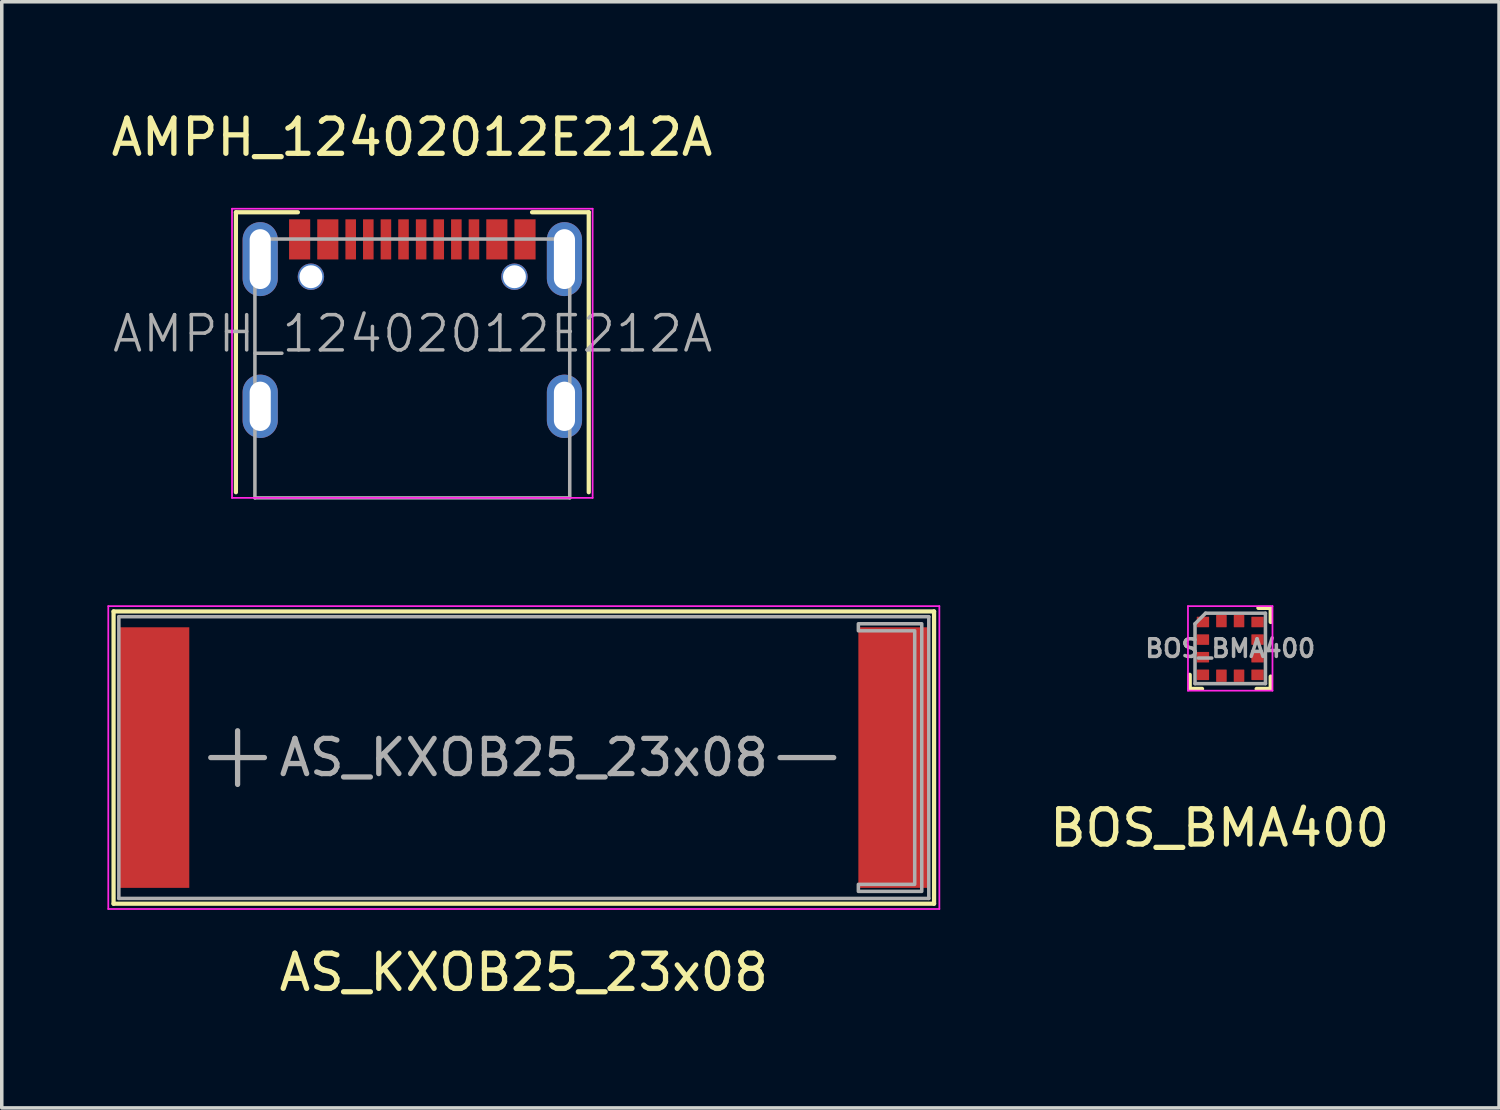
<source format=kicad_pcb>
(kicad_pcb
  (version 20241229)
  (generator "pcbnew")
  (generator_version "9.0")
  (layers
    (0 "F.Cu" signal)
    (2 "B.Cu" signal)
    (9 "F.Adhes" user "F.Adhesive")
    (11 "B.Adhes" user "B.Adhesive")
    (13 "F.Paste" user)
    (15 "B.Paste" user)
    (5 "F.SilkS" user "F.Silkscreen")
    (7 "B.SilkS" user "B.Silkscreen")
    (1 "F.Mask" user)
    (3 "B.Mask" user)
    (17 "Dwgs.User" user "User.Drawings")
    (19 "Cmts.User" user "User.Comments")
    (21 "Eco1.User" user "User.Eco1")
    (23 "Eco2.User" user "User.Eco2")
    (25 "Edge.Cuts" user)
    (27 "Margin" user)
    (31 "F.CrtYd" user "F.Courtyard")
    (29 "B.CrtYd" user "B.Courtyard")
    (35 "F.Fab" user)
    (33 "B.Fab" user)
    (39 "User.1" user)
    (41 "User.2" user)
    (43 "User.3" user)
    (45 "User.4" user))
  (footprint "BOS_BMA400"
    (layer "F.Cu")
    (at 31.885 15.363)
    (property "Reference" "BOS_BMA400" (at -0.3 5.1 0) (unlocked yes) (layer "F.SilkS") (effects (font (size 1 1) (thickness 0.15))))
    (attr smd)
    (fp_line (start -1.15 0.75) (end -1.15 1.15) (stroke (width 0.12) (type solid)) (layer "F.SilkS"))
    (fp_line (start -1.15 1.15) (end -0.8 1.15) (stroke (width 0.12) (type solid)) (layer "F.SilkS"))
    (fp_line (start 0.75 1.15) (end 1.15 1.15) (stroke (width 0.12) (type solid)) (layer "F.SilkS"))
    (fp_line (start 1.15 -1.15) (end 0.8 -1.15) (stroke (width 0.12) (type solid)) (layer "F.SilkS"))
    (fp_line (start 1.15 -0.75) (end 1.15 -1.15) (stroke (width 0.12) (type solid)) (layer "F.SilkS"))
    (fp_line (start 1.15 1.15) (end 1.15 0.8) (stroke (width 0.12) (type solid)) (layer "F.SilkS"))
    (fp_rect (start -0.85 -0.2) (end -0.7 -0.3) (stroke (width 0.12) (type solid)) (fill no) (layer "F.Paste"))
    (fp_rect (start -0.85 0.3) (end -0.7 0.2) (stroke (width 0.12) (type solid)) (fill no) (layer "F.Paste"))
    (fp_rect (start -0.85 0.8) (end -0.7 0.7) (stroke (width 0.12) (type solid)) (fill no) (layer "F.Paste"))
    (fp_rect (start -0.7 -0.8) (end -0.85 -0.7) (stroke (width 0.12) (type solid)) (fill no) (layer "F.Paste"))
    (fp_rect (start -0.3 -0.85) (end -0.2 -0.7) (stroke (width 0.12) (type solid)) (fill no) (layer "F.Paste"))
    (fp_rect (start -0.3 0.7) (end -0.2 0.85) (stroke (width 0.12) (type solid)) (fill no) (layer "F.Paste"))
    (fp_rect (start 0.2 -0.85) (end 0.3 -0.7) (stroke (width 0.12) (type solid)) (fill no) (layer "F.Paste"))
    (fp_rect (start 0.2 0.7) (end 0.3 0.85) (stroke (width 0.12) (type solid)) (fill no) (layer "F.Paste"))
    (fp_rect (start 0.7 -0.7) (end 0.85 -0.8) (stroke (width 0.12) (type solid)) (fill no) (layer "F.Paste"))
    (fp_rect (start 0.7 -0.2) (end 0.85 -0.3) (stroke (width 0.12) (type solid)) (fill no) (layer "F.Paste"))
    (fp_rect (start 0.7 0.3) (end 0.85 0.2) (stroke (width 0.12) (type solid)) (fill no) (layer "F.Paste"))
    (fp_rect (start 0.7 0.8) (end 0.85 0.7) (stroke (width 0.12) (type solid)) (fill no) (layer "F.Paste"))
    (fp_line (start -1.2 -1.2) (end 1.2 -1.2) (stroke (width 0.05) (type solid)) (layer "F.CrtYd"))
    (fp_line (start -1.2 1.2) (end -1.2 -1.2) (stroke (width 0.05) (type solid)) (layer "F.CrtYd"))
    (fp_line (start 1.2 -1.2) (end 1.2 1.2) (stroke (width 0.05) (type solid)) (layer "F.CrtYd"))
    (fp_line (start 1.2 1.2) (end -1.2 1.2) (stroke (width 0.05) (type solid)) (layer "F.CrtYd"))
    (fp_line (start -1 -0.7) (end -0.7 -1) (stroke (width 0.1) (type solid)) (layer "F.Fab"))
    (fp_line (start -1 1) (end -1 -0.7) (stroke (width 0.1) (type solid)) (layer "F.Fab"))
    (fp_line (start -0.7 -1) (end 1 -1) (stroke (width 0.1) (type solid)) (layer "F.Fab"))
    (fp_line (start 1 -1) (end 1 1) (stroke (width 0.1) (type solid)) (layer "F.Fab"))
    (fp_line (start 1 1) (end -1 1) (stroke (width 0.1) (type solid)) (layer "F.Fab"))
    (fp_text user "${REFERENCE}" (at 0 0 0) (unlocked yes) (layer "F.Fab") (effects (font (size 0.5 0.5) (thickness 0.1))))
    (pad "1" smd roundrect (at -0.775 -0.75 270) (size 0.3 0.35) (layers "F.Cu" "F.Mask") (roundrect_rratio 0.05))
    (pad "2" smd roundrect (at -0.775 -0.25 270) (size 0.3 0.35) (layers "F.Cu" "F.Mask") (roundrect_rratio 0.05))
    (pad "3" smd roundrect (at -0.775 0.25 270) (size 0.3 0.35) (layers "F.Cu" "F.Mask") (roundrect_rratio 0.05))
    (pad "4" smd roundrect (at -0.775 0.75 270) (size 0.3 0.35) (layers "F.Cu" "F.Mask") (roundrect_rratio 0.05))
    (pad "5" smd roundrect (at -0.25 0.775 180) (size 0.3 0.35) (layers "F.Cu" "F.Mask") (roundrect_rratio 0.05))
    (pad "6" smd roundrect (at 0.25 0.775 180) (size 0.3 0.35) (layers "F.Cu" "F.Mask") (roundrect_rratio 0.05))
    (pad "7" smd roundrect (at 0.775 0.75 270) (size 0.3 0.35) (layers "F.Cu" "F.Mask") (roundrect_rratio 0.05))
    (pad "8" smd roundrect (at 0.775 0.25 270) (size 0.3 0.35) (layers "F.Cu" "F.Mask") (roundrect_rratio 0.05))
    (pad "9" smd roundrect (at 0.775 -0.25 270) (size 0.3 0.35) (layers "F.Cu" "F.Mask") (roundrect_rratio 0.05))
    (pad "10" smd roundrect (at 0.775 -0.75 270) (size 0.3 0.35) (layers "F.Cu" "F.Mask") (roundrect_rratio 0.05))
    (pad "11" smd roundrect (at 0.25 -0.775 180) (size 0.3 0.35) (layers "F.Cu" "F.Mask") (roundrect_rratio 0.05))
    (pad "12" smd roundrect (at -0.25 -0.775 180) (size 0.3 0.35) (layers "F.Cu" "F.Mask") (roundrect_rratio 0.05)))
  (footprint "AS_KXOB25_23x08"
    (layer "F.Cu")
    (at 11.825 18.463)
    (property "Reference" "AS_KXOB25_23x08" (at 0 6.1 0) (unlocked yes) (layer "F.SilkS") (effects (font (size 1 1) (thickness 0.15))))
    (attr smd)
    (fp_line (start -11.65 -4.15) (end -11.65 4.15) (stroke (width 0.12) (type solid)) (layer "F.SilkS"))
    (fp_line (start -11.65 4.15) (end 11.65 4.15) (stroke (width 0.12) (type solid)) (layer "F.SilkS"))
    (fp_line (start 11.65 -4.15) (end -11.65 -4.15) (stroke (width 0.12) (type solid)) (layer "F.SilkS"))
    (fp_line (start 11.65 4.15) (end 11.65 -4.15) (stroke (width 0.12) (type solid)) (layer "F.SilkS"))
    (fp_poly (pts (xy -9.8 -0.6) (xy -11.2 -0.6) (xy -11.2 -3.1) (xy -9.8 -3.1)) (stroke (width 0.12) (type solid)) (fill yes) (layer "F.Paste"))
    (fp_poly (pts (xy -9.8 3.1) (xy -11.2 3.1) (xy -11.2 0.6) (xy -9.8 0.6)) (stroke (width 0.12) (type solid)) (fill yes) (layer "F.Paste"))
    (fp_poly (pts (xy 11.2 -0.6) (xy 9.8 -0.6) (xy 9.8 -3.1) (xy 11.2 -3.1)) (stroke (width 0.12) (type solid)) (fill yes) (layer "F.Paste"))
    (fp_poly (pts (xy 11.2 3.1) (xy 9.8 3.1) (xy 9.8 0.6) (xy 11.2 0.6)) (stroke (width 0.12) (type solid)) (fill yes) (layer "F.Paste"))
    (fp_line (start -11.8 -4.3) (end 11.8 -4.3) (stroke (width 0.05) (type solid)) (layer "F.CrtYd"))
    (fp_line (start -11.8 4.3) (end -11.8 -4.3) (stroke (width 0.05) (type solid)) (layer "F.CrtYd"))
    (fp_line (start 11.8 -4.3) (end 11.8 4.3) (stroke (width 0.05) (type solid)) (layer "F.CrtYd"))
    (fp_line (start 11.8 4.3) (end -11.8 4.3) (stroke (width 0.05) (type solid)) (layer "F.CrtYd"))
    (fp_line (start -11.5 -4) (end 11.5 -4) (stroke (width 0.1) (type solid)) (layer "F.Fab"))
    (fp_line (start -11.5 4) (end -11.5 -4) (stroke (width 0.1) (type solid)) (layer "F.Fab"))
    (fp_line (start -8.89 0) (end -7.366 0) (stroke (width 0.15) (type solid)) (layer "F.Fab"))
    (fp_line (start -8.128 -0.762) (end -8.128 0.762) (stroke (width 0.15) (type solid)) (layer "F.Fab"))
    (fp_line (start 7.276 0) (end 8.8 0) (stroke (width 0.15) (type solid)) (layer "F.Fab"))
    (fp_line (start 11.5 -4) (end 11.5 4) (stroke (width 0.1) (type solid)) (layer "F.Fab"))
    (fp_line (start 11.5 4) (end -11.5 4) (stroke (width 0.1) (type solid)) (layer "F.Fab"))
    (fp_poly (pts (xy 11.3 3.8) (xy 9.5 3.8) (xy 9.5 3.6) (xy 11.1 3.6) (xy 11.1 -3.6) (xy 9.5 -3.6) (xy 9.5 -3.8) (xy 11.3 -3.8)) (stroke (width 0.1) (type solid)) (fill no) (layer "F.Fab"))
    (fp_text user "${REFERENCE}" (at 0 0 0) (unlocked yes) (layer "F.Fab") (effects (font (size 1 1) (thickness 0.15))))
    (pad "1" smd rect (at -10.5 0 90) (size 7.4 2) (layers "F.Cu" "F.Mask"))
    (pad "2" smd rect (at 10.5 0 90) (size 7.4 2) (layers "F.Cu" "F.Mask")))
  (footprint "AMPH_12402012E212A"
    (layer "F.Cu")
    (at 8.659 7.178)
    (property "Reference" "AMPH_12402012E212A" (at -0.01 -6.33 0) (layer "F.SilkS") (effects (font (size 1 1) (thickness 0.15))))
    (fp_line (start -5.01 -4.2) (end -5.01 3.75) (stroke (width 0.12) (type solid)) (layer "F.SilkS"))
    (fp_line (start -5.01 -4.2) (end -3.25 -4.2) (stroke (width 0.12) (type solid)) (layer "F.SilkS"))
    (fp_line (start 3.4 -4.2) (end 5.01 -4.2) (stroke (width 0.12) (type solid)) (layer "F.SilkS"))
    (fp_line (start 5.01 -4.2) (end 5.01 3.75) (stroke (width 0.12) (type solid)) (layer "F.SilkS"))
    (fp_line (start -5.12 -4.3) (end 5.12 -4.3) (stroke (width 0.05) (type solid)) (layer "F.CrtYd"))
    (fp_line (start -5.12 3.91) (end -5.12 -4.3) (stroke (width 0.05) (type solid)) (layer "F.CrtYd"))
    (fp_line (start 5.12 -4.3) (end 5.12 3.91) (stroke (width 0.05) (type solid)) (layer "F.CrtYd"))
    (fp_line (start 5.12 3.91) (end -5.12 3.91) (stroke (width 0.05) (type solid)) (layer "F.CrtYd"))
    (fp_line (start -4.47 -3.44) (end 4.47 -3.44) (stroke (width 0.1) (type solid)) (layer "F.Fab"))
    (fp_line (start -4.47 3.91) (end -4.47 -3.44) (stroke (width 0.1) (type solid)) (layer "F.Fab"))
    (fp_line (start -4.47 3.91) (end 4.47 3.91) (stroke (width 0.1) (type solid)) (layer "F.Fab"))
    (fp_line (start 4.47 3.91) (end 4.47 -3.44) (stroke (width 0.1) (type solid)) (layer "F.Fab"))
    (fp_text user "${REFERENCE}" (at 0.01 -0.75 0) (layer "F.Fab") (effects (font (size 1 1) (thickness 0.1))))
    (pad "" np_thru_hole circle (at -2.88 -2.37) (size 0.75 0.75) (drill 0.65) (layers "*.Cu" "*.Mask"))
    (pad "" np_thru_hole circle (at 2.9 -2.37) (size 0.75 0.75) (drill 0.65) (layers "*.Cu" "*.Mask"))
    (pad "A1/B12" smd rect (at -3.2 -3.43) (size 0.6 1.14) (layers "F.Cu" "F.Mask" "F.Paste"))
    (pad "A4/B9" smd rect (at -2.4 -3.43) (size 0.6 1.14) (layers "F.Cu" "F.Mask" "F.Paste"))
    (pad "A5" smd rect (at -1.25 -3.43) (size 0.3 1.14) (layers "F.Cu" "F.Mask" "F.Paste"))
    (pad "A6" smd rect (at -0.25 -3.43) (size 0.3 1.14) (layers "F.Cu" "F.Mask" "F.Paste"))
    (pad "A7" smd rect (at 0.25 -3.43) (size 0.3 1.14) (layers "F.Cu" "F.Mask" "F.Paste"))
    (pad "A8" smd rect (at 1.25 -3.43) (size 0.3 1.14) (layers "F.Cu" "F.Mask" "F.Paste"))
    (pad "B1/A12" smd rect (at 3.2 -3.43) (size 0.6 1.14) (layers "F.Cu" "F.Mask" "F.Paste"))
    (pad "B4/A9" smd rect (at 2.4 -3.43) (size 0.6 1.14) (layers "F.Cu" "F.Mask" "F.Paste"))
    (pad "B5" smd rect (at 1.75 -3.43) (size 0.3 1.14) (layers "F.Cu" "F.Mask" "F.Paste"))
    (pad "B6" smd rect (at 0.75 -3.43) (size 0.3 1.14) (layers "F.Cu" "F.Mask" "F.Paste"))
    (pad "B7" smd rect (at -0.75 -3.43) (size 0.3 1.14) (layers "F.Cu" "F.Mask" "F.Paste"))
    (pad "B8" smd rect (at -1.75 -3.43) (size 0.3 1.14) (layers "F.Cu" "F.Mask" "F.Paste"))
    (pad "S1" thru_hole oval (at -4.32 -2.87) (size 1 2.1) (drill oval 0.6 1.7) (layers "*.Cu" "*.Mask"))
    (pad "S1" thru_hole oval (at -4.32 1.31) (size 1 1.8) (drill oval 0.6 1.4) (layers "*.Cu" "*.Mask"))
    (pad "S1" thru_hole oval (at 4.32 -2.87) (size 1 2.1) (drill oval 0.6 1.7) (layers "*.Cu" "*.Mask"))
    (pad "S1" thru_hole oval (at 4.32 1.31) (size 1 1.8) (drill oval 0.6 1.4) (layers "*.Cu" "*.Mask")))
  (gr_rect
    (start -3 -3)
    (end 39.519 28.412)
    (stroke (width 0.1) (type default))
    (fill no)
    (layer "Edge.Cuts")))
</source>
